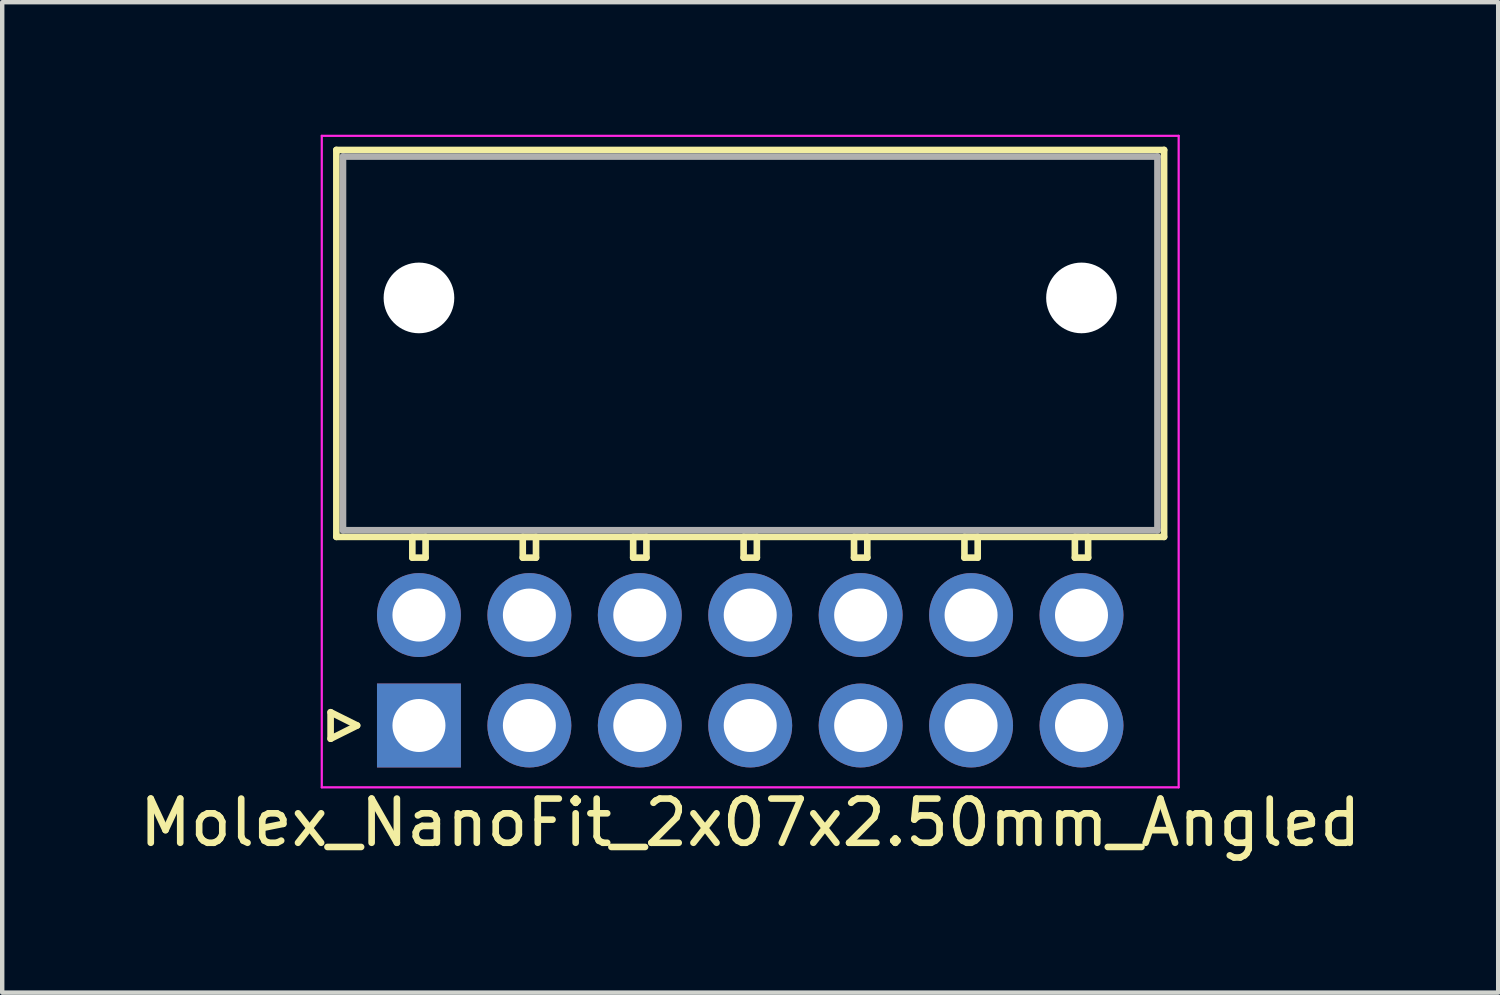
<source format=kicad_pcb>
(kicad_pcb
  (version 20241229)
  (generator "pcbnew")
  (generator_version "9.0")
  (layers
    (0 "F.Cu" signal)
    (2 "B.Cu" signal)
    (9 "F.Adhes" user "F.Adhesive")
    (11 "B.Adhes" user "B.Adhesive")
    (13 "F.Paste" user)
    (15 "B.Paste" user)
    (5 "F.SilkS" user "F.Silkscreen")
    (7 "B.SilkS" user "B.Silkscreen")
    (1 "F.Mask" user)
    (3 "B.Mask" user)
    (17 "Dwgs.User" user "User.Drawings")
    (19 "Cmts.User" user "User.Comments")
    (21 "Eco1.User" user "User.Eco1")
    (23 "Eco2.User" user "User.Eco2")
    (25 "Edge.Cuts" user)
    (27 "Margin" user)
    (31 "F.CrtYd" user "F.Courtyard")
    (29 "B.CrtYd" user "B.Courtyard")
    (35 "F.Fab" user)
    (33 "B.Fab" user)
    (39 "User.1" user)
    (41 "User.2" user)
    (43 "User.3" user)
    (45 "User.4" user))
  (footprint "Molex_NanoFit_2x07x2.50mm_Angled"
    (layer "F.Cu")
    (at 6.435 13.375)
    (property "Reference" "Molex_NanoFit_2x07x2.50mm_Angled" (at 7.5 2.2 0) (layer "F.SilkS") (effects (font (size 1 1) (thickness 0.15))))
    (attr through_hole)
    (fp_line (start -2 -0.3) (end -1.4 0) (stroke (width 0.15) (type solid)) (layer "F.SilkS"))
    (fp_line (start -2 0.3) (end -2 -0.3) (stroke (width 0.15) (type solid)) (layer "F.SilkS"))
    (fp_line (start -1.87 -13.03) (end -1.87 -4.27) (stroke (width 0.15) (type solid)) (layer "F.SilkS"))
    (fp_line (start -1.87 -4.27) (end 16.87 -4.27) (stroke (width 0.15) (type solid)) (layer "F.SilkS"))
    (fp_line (start -1.4 0) (end -2 0.3) (stroke (width 0.15) (type solid)) (layer "F.SilkS"))
    (fp_line (start -0.15 -4.27) (end -0.15 -3.8) (stroke (width 0.15) (type solid)) (layer "F.SilkS"))
    (fp_line (start -0.15 -3.8) (end 0.15 -3.8) (stroke (width 0.15) (type solid)) (layer "F.SilkS"))
    (fp_line (start 0.15 -4.27) (end -0.15 -4.27) (stroke (width 0.15) (type solid)) (layer "F.SilkS"))
    (fp_line (start 0.15 -3.8) (end 0.15 -4.27) (stroke (width 0.15) (type solid)) (layer "F.SilkS"))
    (fp_line (start 2.35 -4.27) (end 2.35 -3.8) (stroke (width 0.15) (type solid)) (layer "F.SilkS"))
    (fp_line (start 2.35 -3.8) (end 2.65 -3.8) (stroke (width 0.15) (type solid)) (layer "F.SilkS"))
    (fp_line (start 2.65 -4.27) (end 2.35 -4.27) (stroke (width 0.15) (type solid)) (layer "F.SilkS"))
    (fp_line (start 2.65 -3.8) (end 2.65 -4.27) (stroke (width 0.15) (type solid)) (layer "F.SilkS"))
    (fp_line (start 4.85 -4.27) (end 4.85 -3.8) (stroke (width 0.15) (type solid)) (layer "F.SilkS"))
    (fp_line (start 4.85 -3.8) (end 5.15 -3.8) (stroke (width 0.15) (type solid)) (layer "F.SilkS"))
    (fp_line (start 5.15 -4.27) (end 4.85 -4.27) (stroke (width 0.15) (type solid)) (layer "F.SilkS"))
    (fp_line (start 5.15 -3.8) (end 5.15 -4.27) (stroke (width 0.15) (type solid)) (layer "F.SilkS"))
    (fp_line (start 7.35 -4.27) (end 7.35 -3.8) (stroke (width 0.15) (type solid)) (layer "F.SilkS"))
    (fp_line (start 7.35 -3.8) (end 7.65 -3.8) (stroke (width 0.15) (type solid)) (layer "F.SilkS"))
    (fp_line (start 7.65 -4.27) (end 7.35 -4.27) (stroke (width 0.15) (type solid)) (layer "F.SilkS"))
    (fp_line (start 7.65 -3.8) (end 7.65 -4.27) (stroke (width 0.15) (type solid)) (layer "F.SilkS"))
    (fp_line (start 9.85 -4.27) (end 9.85 -3.8) (stroke (width 0.15) (type solid)) (layer "F.SilkS"))
    (fp_line (start 9.85 -3.8) (end 10.15 -3.8) (stroke (width 0.15) (type solid)) (layer "F.SilkS"))
    (fp_line (start 10.15 -4.27) (end 9.85 -4.27) (stroke (width 0.15) (type solid)) (layer "F.SilkS"))
    (fp_line (start 10.15 -3.8) (end 10.15 -4.27) (stroke (width 0.15) (type solid)) (layer "F.SilkS"))
    (fp_line (start 12.35 -4.27) (end 12.35 -3.8) (stroke (width 0.15) (type solid)) (layer "F.SilkS"))
    (fp_line (start 12.35 -3.8) (end 12.65 -3.8) (stroke (width 0.15) (type solid)) (layer "F.SilkS"))
    (fp_line (start 12.65 -4.27) (end 12.35 -4.27) (stroke (width 0.15) (type solid)) (layer "F.SilkS"))
    (fp_line (start 12.65 -3.8) (end 12.65 -4.27) (stroke (width 0.15) (type solid)) (layer "F.SilkS"))
    (fp_line (start 14.85 -4.27) (end 14.85 -3.8) (stroke (width 0.15) (type solid)) (layer "F.SilkS"))
    (fp_line (start 14.85 -3.8) (end 15.15 -3.8) (stroke (width 0.15) (type solid)) (layer "F.SilkS"))
    (fp_line (start 15.15 -4.27) (end 14.85 -4.27) (stroke (width 0.15) (type solid)) (layer "F.SilkS"))
    (fp_line (start 15.15 -3.8) (end 15.15 -4.27) (stroke (width 0.15) (type solid)) (layer "F.SilkS"))
    (fp_line (start 16.87 -13.03) (end -1.87 -13.03) (stroke (width 0.15) (type solid)) (layer "F.SilkS"))
    (fp_line (start 16.87 -4.27) (end 16.87 -13.03) (stroke (width 0.15) (type solid)) (layer "F.SilkS"))
    (fp_line (start -2.2 -13.35) (end -2.2 1.4) (stroke (width 0.05) (type solid)) (layer "F.CrtYd"))
    (fp_line (start -2.2 1.4) (end 17.2 1.4) (stroke (width 0.05) (type solid)) (layer "F.CrtYd"))
    (fp_line (start 17.2 -13.35) (end -2.2 -13.35) (stroke (width 0.05) (type solid)) (layer "F.CrtYd"))
    (fp_line (start 17.2 1.4) (end 17.2 -13.35) (stroke (width 0.05) (type solid)) (layer "F.CrtYd"))
    (fp_line (start -1.72 -12.88) (end -1.72 -4.42) (stroke (width 0.15) (type solid)) (layer "F.Fab"))
    (fp_line (start -1.72 -4.42) (end 16.72 -4.42) (stroke (width 0.15) (type solid)) (layer "F.Fab"))
    (fp_line (start 16.72 -12.88) (end -1.72 -12.88) (stroke (width 0.15) (type solid)) (layer "F.Fab"))
    (fp_line (start 16.72 -4.42) (end 16.72 -12.88) (stroke (width 0.15) (type solid)) (layer "F.Fab"))
    (pad "" np_thru_hole circle (at 0 -9.68) (size 1.6 1.6) (drill 1.6) (layers "*.Cu"))
    (pad "" np_thru_hole circle (at 15 -9.68) (size 1.6 1.6) (drill 1.6) (layers "*.Cu"))
    (pad "1" thru_hole rect (at 0 0) (size 1.9 1.9) (drill 1.2) (layers "*.Cu" "*.Mask"))
    (pad "2" thru_hole circle (at 2.5 0) (size 1.9 1.9) (drill 1.2) (layers "*.Cu" "*.Mask"))
    (pad "3" thru_hole circle (at 5 0) (size 1.9 1.9) (drill 1.2) (layers "*.Cu" "*.Mask"))
    (pad "4" thru_hole circle (at 7.5 0) (size 1.9 1.9) (drill 1.2) (layers "*.Cu" "*.Mask"))
    (pad "5" thru_hole circle (at 10 0) (size 1.9 1.9) (drill 1.2) (layers "*.Cu" "*.Mask"))
    (pad "6" thru_hole circle (at 12.5 0) (size 1.9 1.9) (drill 1.2) (layers "*.Cu" "*.Mask"))
    (pad "7" thru_hole circle (at 15 0) (size 1.9 1.9) (drill 1.2) (layers "*.Cu" "*.Mask"))
    (pad "8" thru_hole circle (at 0 -2.5) (size 1.9 1.9) (drill 1.2) (layers "*.Cu" "*.Mask"))
    (pad "9" thru_hole circle (at 2.5 -2.5) (size 1.9 1.9) (drill 1.2) (layers "*.Cu" "*.Mask"))
    (pad "10" thru_hole circle (at 5 -2.5) (size 1.9 1.9) (drill 1.2) (layers "*.Cu" "*.Mask"))
    (pad "11" thru_hole circle (at 7.5 -2.5) (size 1.9 1.9) (drill 1.2) (layers "*.Cu" "*.Mask"))
    (pad "12" thru_hole circle (at 10 -2.5) (size 1.9 1.9) (drill 1.2) (layers "*.Cu" "*.Mask"))
    (pad "13" thru_hole circle (at 12.5 -2.5) (size 1.9 1.9) (drill 1.2) (layers "*.Cu" "*.Mask"))
    (pad "14" thru_hole circle (at 15 -2.5) (size 1.9 1.9) (drill 1.2) (layers "*.Cu" "*.Mask")))
  (gr_rect
    (start -3 -3)
    (end 30.869 19.423)
    (stroke (width 0.1) (type default))
    (fill no)
    (layer "Edge.Cuts")))
</source>
